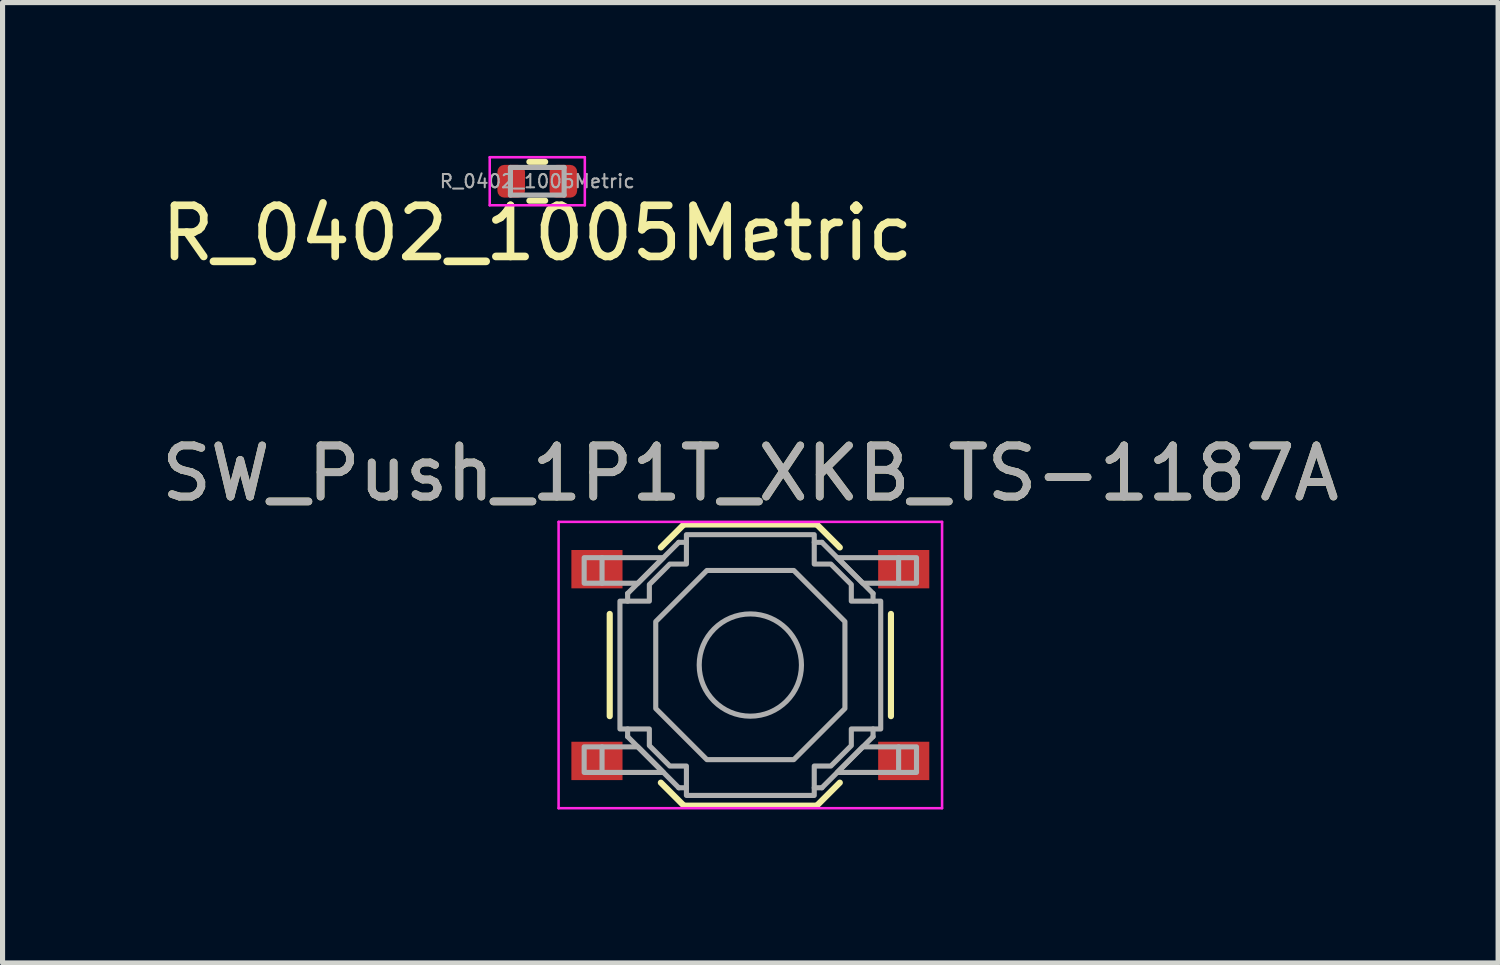
<source format=kicad_pcb>
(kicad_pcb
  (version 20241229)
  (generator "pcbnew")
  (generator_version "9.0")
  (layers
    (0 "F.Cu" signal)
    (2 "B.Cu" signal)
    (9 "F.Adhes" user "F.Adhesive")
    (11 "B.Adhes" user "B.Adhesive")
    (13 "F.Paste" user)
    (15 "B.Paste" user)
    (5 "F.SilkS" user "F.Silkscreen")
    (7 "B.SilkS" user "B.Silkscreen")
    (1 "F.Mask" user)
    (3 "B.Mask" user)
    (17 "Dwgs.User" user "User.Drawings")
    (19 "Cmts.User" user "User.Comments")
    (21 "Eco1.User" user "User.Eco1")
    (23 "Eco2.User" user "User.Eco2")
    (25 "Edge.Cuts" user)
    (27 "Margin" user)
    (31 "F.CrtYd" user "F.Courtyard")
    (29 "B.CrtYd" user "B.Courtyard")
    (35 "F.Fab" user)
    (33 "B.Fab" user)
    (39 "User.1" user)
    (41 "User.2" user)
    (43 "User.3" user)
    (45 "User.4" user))
  (footprint "SW_Push_1P1T_XKB_TS-1187A"
    (layer "F.Cu")
    (at 11.625 9.957)
    (property "Reference" "SW_Push_1P1T_XKB_TS-1187A" (at 0 -3.75 0) (layer "F.SilkS") (effects (font (size 1 1) (thickness 0.15))))
    (attr smd)
    (fp_line (start -2.75 -1) (end -2.75 1) (stroke (width 0.12) (type solid)) (layer "F.SilkS"))
    (fp_line (start -1.75 -2.3) (end -1.3 -2.75) (stroke (width 0.12) (type solid)) (layer "F.SilkS"))
    (fp_line (start -1.75 2.3) (end -1.3 2.75) (stroke (width 0.12) (type solid)) (layer "F.SilkS"))
    (fp_line (start -1.3 -2.75) (end 1.3 -2.75) (stroke (width 0.12) (type solid)) (layer "F.SilkS"))
    (fp_line (start -1.3 2.75) (end 1.3 2.75) (stroke (width 0.12) (type solid)) (layer "F.SilkS"))
    (fp_line (start 1.75 -2.3) (end 1.3 -2.75) (stroke (width 0.12) (type solid)) (layer "F.SilkS"))
    (fp_line (start 1.75 2.3) (end 1.3 2.75) (stroke (width 0.12) (type solid)) (layer "F.SilkS"))
    (fp_line (start 2.75 -1) (end 2.75 1) (stroke (width 0.12) (type solid)) (layer "F.SilkS"))
    (fp_line (start -3.75 -2.8) (end 3.75 -2.8) (stroke (width 0.05) (type solid)) (layer "F.CrtYd"))
    (fp_line (start -3.75 2.8) (end -3.75 -2.8) (stroke (width 0.05) (type solid)) (layer "F.CrtYd"))
    (fp_line (start 3.75 -2.8) (end 3.75 2.8) (stroke (width 0.05) (type solid)) (layer "F.CrtYd"))
    (fp_line (start 3.75 2.8) (end -3.75 2.8) (stroke (width 0.05) (type solid)) (layer "F.CrtYd"))
    (fp_line (start -2.9 -2.1) (end -2.9 -1.6) (stroke (width 0.1) (type solid)) (layer "F.Fab"))
    (fp_line (start -2.9 2.1) (end -2.9 1.6) (stroke (width 0.1) (type solid)) (layer "F.Fab"))
    (fp_line (start -2.4 -1.4) (end -1.4 -2.4) (stroke (width 0.1) (type solid)) (layer "F.Fab"))
    (fp_line (start -2.4 -1.25) (end -2.4 -1.4) (stroke (width 0.1) (type solid)) (layer "F.Fab"))
    (fp_line (start -2.4 1.4) (end -2.4 1.25) (stroke (width 0.1) (type solid)) (layer "F.Fab"))
    (fp_line (start -1.4 -2.4) (end -1.25 -2.4) (stroke (width 0.1) (type solid)) (layer "F.Fab"))
    (fp_line (start -1.4 2.4) (end -2.4 1.4) (stroke (width 0.1) (type solid)) (layer "F.Fab"))
    (fp_line (start -1.25 2.4) (end -1.4 2.4) (stroke (width 0.1) (type solid)) (layer "F.Fab"))
    (fp_line (start 1.25 -2.4) (end 1.4 -2.4) (stroke (width 0.1) (type solid)) (layer "F.Fab"))
    (fp_line (start 1.4 -2.4) (end 2.4 -1.4) (stroke (width 0.1) (type solid)) (layer "F.Fab"))
    (fp_line (start 1.4 2.4) (end 1.25 2.4) (stroke (width 0.1) (type solid)) (layer "F.Fab"))
    (fp_line (start 2.4 -1.4) (end 2.4 -1.25) (stroke (width 0.1) (type solid)) (layer "F.Fab"))
    (fp_line (start 2.4 1.25) (end 2.4 1.4) (stroke (width 0.1) (type solid)) (layer "F.Fab"))
    (fp_line (start 2.4 1.4) (end 1.4 2.4) (stroke (width 0.1) (type solid)) (layer "F.Fab"))
    (fp_line (start 2.9 -2.1) (end 2.9 -1.6) (stroke (width 0.1) (type solid)) (layer "F.Fab"))
    (fp_line (start 2.9 2.1) (end 2.9 1.6) (stroke (width 0.1) (type solid)) (layer "F.Fab"))
    (fp_circle (center 0 0) (end 1 0) (stroke (width 0.1) (type solid)) (fill no) (layer "F.Fab"))
    (fp_poly (pts (xy -1.7 -2.1) (xy -2.2 -1.6) (xy -3.25 -1.6) (xy -3.25 -2.1)) (stroke (width 0.1) (type solid)) (fill no) (layer "F.Fab"))
    (fp_poly (pts (xy -1.7 2.1) (xy -2.2 1.6) (xy -3.25 1.6) (xy -3.25 2.1)) (stroke (width 0.1) (type solid)) (fill no) (layer "F.Fab"))
    (fp_poly (pts (xy 1.7 -2.1) (xy 2.2 -1.6) (xy 3.25 -1.6) (xy 3.25 -2.1)) (stroke (width 0.1) (type solid)) (fill no) (layer "F.Fab"))
    (fp_poly (pts (xy 1.7 2.1) (xy 2.2 1.6) (xy 3.25 1.6) (xy 3.25 2.1)) (stroke (width 0.1) (type solid)) (fill no) (layer "F.Fab"))
    (fp_poly (pts (xy 0.85 -1.85) (xy 1.85 -0.85) (xy 1.85 0.85) (xy 0.85 1.85) (xy -0.85 1.85) (xy -1.85 0.85) (xy -1.85 -0.85) (xy -0.85 -1.85)) (stroke (width 0.1) (type solid)) (fill no) (layer "F.Fab"))
    (fp_poly (pts (xy -1.25 -2.55) (xy 1.25 -2.55) (xy 1.25 -1.975) (xy 1.575 -1.975) (xy 1.975 -1.575) (xy 1.975 -1.25) (xy 2.55 -1.25) (xy 2.55 1.25) (xy 1.975 1.25) (xy 1.975 1.575) (xy 1.575 1.975) (xy 1.25 1.975) (xy 1.25 2.55) (xy -1.25 2.55) (xy -1.25 1.975) (xy -1.575 1.975) (xy -1.975 1.575) (xy -1.975 1.25) (xy -2.55 1.25) (xy -2.55 -1.25) (xy -1.975 -1.25) (xy -1.975 -1.575) (xy -1.575 -1.975) (xy -1.25 -1.975)) (stroke (width 0.1) (type solid)) (fill no) (layer "F.Fab"))
    (fp_text user "${REFERENCE}" (at 0 -3.75 0) (layer "F.Fab") (effects (font (size 1 1) (thickness 0.15))))
    (pad "1" smd rect (at -3 -1.875) (size 1 0.75) (layers "F.Cu" "F.Mask" "F.Paste"))
    (pad "1" smd rect (at 3 -1.875) (size 1 0.75) (layers "F.Cu" "F.Mask" "F.Paste"))
    (pad "2" smd rect (at -3 1.875) (size 1 0.75) (layers "F.Cu" "F.Mask" "F.Paste"))
    (pad "2" smd rect (at 3 1.875) (size 1 0.75) (layers "F.Cu" "F.Mask" "F.Paste")))
  (footprint "R_0402_1005Metric"
    (layer "F.Cu")
    (at 7.458 0.495)
    (property "Reference" "R_0402_1005Metric" (at 0 1.016 180) (layer "F.SilkS") (effects (font (size 1 1) (thickness 0.15))))
    (attr smd)
    (fp_line (start -0.154 -0.38) (end 0.154 -0.38) (stroke (width 0.12) (type solid)) (layer "F.SilkS"))
    (fp_line (start -0.154 0.38) (end 0.154 0.38) (stroke (width 0.12) (type solid)) (layer "F.SilkS"))
    (fp_line (start -0.93 -0.47) (end 0.93 -0.47) (stroke (width 0.05) (type solid)) (layer "F.CrtYd"))
    (fp_line (start -0.93 0.47) (end -0.93 -0.47) (stroke (width 0.05) (type solid)) (layer "F.CrtYd"))
    (fp_line (start 0.93 -0.47) (end 0.93 0.47) (stroke (width 0.05) (type solid)) (layer "F.CrtYd"))
    (fp_line (start 0.93 0.47) (end -0.93 0.47) (stroke (width 0.05) (type solid)) (layer "F.CrtYd"))
    (fp_line (start -0.525 -0.27) (end 0.525 -0.27) (stroke (width 0.1) (type solid)) (layer "F.Fab"))
    (fp_line (start -0.525 0.27) (end -0.525 -0.27) (stroke (width 0.1) (type solid)) (layer "F.Fab"))
    (fp_line (start 0.525 -0.27) (end 0.525 0.27) (stroke (width 0.1) (type solid)) (layer "F.Fab"))
    (fp_line (start 0.525 0.27) (end -0.525 0.27) (stroke (width 0.1) (type solid)) (layer "F.Fab"))
    (fp_text user "${REFERENCE}" (at 0 0 180) (layer "F.Fab") (effects (font (size 0.26 0.26) (thickness 0.04))))
    (pad "1" smd roundrect (at -0.51 0) (size 0.54 0.64) (layers "F.Cu" "F.Mask" "F.Paste") (roundrect_rratio 0.25))
    (pad "2" smd roundrect (at 0.51 0) (size 0.54 0.64) (layers "F.Cu" "F.Mask" "F.Paste") (roundrect_rratio 0.25)))
  (gr_rect
    (start -3 -3)
    (end 26.25 15.783)
    (stroke (width 0.1) (type default))
    (fill no)
    (layer "Edge.Cuts")))
</source>
